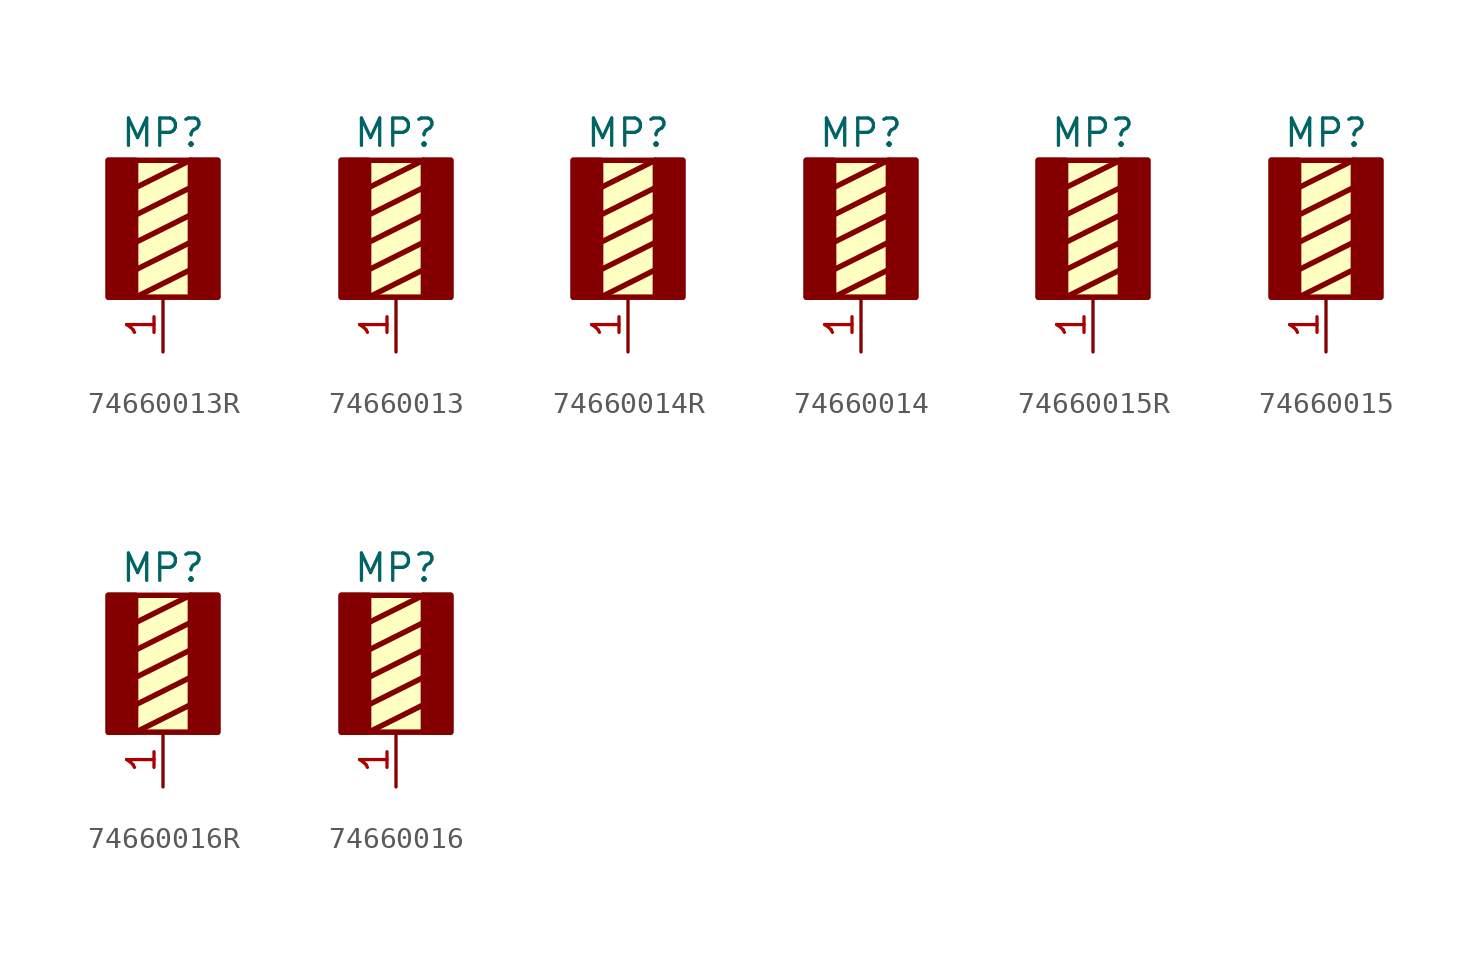
<source format=kicad_sym>
(kicad_symbol_lib
  (version 20220914)
  (generator kicad_symbol_editor)
  (symbol "74660013R"
    (pin_names hide)
    (property "Reference" "MP"
      (at 0 5.08 0)
      (effects (font (size 1.27 1.27))))
    (symbol "74660013R_0_0"
      (rectangle (start -2.54 3.81) (end 2.54 -2.54) (stroke (width 0.254) (type default)) (fill (type background)))
      (polyline (pts (xy -1.27 2.54) (xy 1.27 3.81)) (stroke (width 0.254) (type default)) (fill (type none)))
      (polyline (pts (xy 1.27 -1.27) (xy -1.27 -2.54)) (stroke (width 0.254) (type default)) (fill (type none)))
      (polyline (pts (xy 1.27 0) (xy -1.27 -1.27)) (stroke (width 0.254) (type default)) (fill (type none)))
      (polyline (pts (xy 1.27 1.27) (xy -1.27 0)) (stroke (width 0.254) (type default)) (fill (type none)))
      (polyline (pts (xy 1.27 2.54) (xy -1.27 1.27)) (stroke (width 0.254) (type default)) (fill (type none))))
    (symbol "74660013R_1_0"
      (rectangle (start -2.54 3.81) (end -1.27 -2.54) (stroke (width 0.254) (type default)) (fill (type outline)))
      (rectangle (start 1.27 3.81) (end 2.54 -2.54) (stroke (width 0.254) (type default)) (fill (type outline)))
      (pin passive line (at 0 -5.08 90) (length 2.54) (name "1" (effects (font (size 1.27 1.27)))) (number "1" (effects (font (size 1.27 1.27)))))))
  (symbol "74660013"
    (pin_names hide)
    (property "Reference" "MP"
      (at 0 5.08 0)
      (effects (font (size 1.27 1.27))))
    (symbol "74660013_0_0"
      (rectangle (start -2.54 3.81) (end 2.54 -2.54) (stroke (width 0.254) (type default)) (fill (type background)))
      (polyline (pts (xy -1.27 2.54) (xy 1.27 3.81)) (stroke (width 0.254) (type default)) (fill (type none)))
      (polyline (pts (xy 1.27 -1.27) (xy -1.27 -2.54)) (stroke (width 0.254) (type default)) (fill (type none)))
      (polyline (pts (xy 1.27 0) (xy -1.27 -1.27)) (stroke (width 0.254) (type default)) (fill (type none)))
      (polyline (pts (xy 1.27 1.27) (xy -1.27 0)) (stroke (width 0.254) (type default)) (fill (type none)))
      (polyline (pts (xy 1.27 2.54) (xy -1.27 1.27)) (stroke (width 0.254) (type default)) (fill (type none))))
    (symbol "74660013_1_0"
      (rectangle (start -2.54 3.81) (end -1.27 -2.54) (stroke (width 0.254) (type default)) (fill (type outline)))
      (rectangle (start 1.27 3.81) (end 2.54 -2.54) (stroke (width 0.254) (type default)) (fill (type outline)))
      (pin passive line (at 0 -5.08 90) (length 2.54) (name "1" (effects (font (size 1.27 1.27)))) (number "1" (effects (font (size 1.27 1.27)))))))
  (symbol "74660014R"
    (pin_names hide)
    (property "Reference" "MP"
      (at 0 5.08 0)
      (effects (font (size 1.27 1.27))))
    (symbol "74660014R_0_0"
      (rectangle (start -2.54 3.81) (end 2.54 -2.54) (stroke (width 0.254) (type default)) (fill (type background)))
      (polyline (pts (xy -1.27 2.54) (xy 1.27 3.81)) (stroke (width 0.254) (type default)) (fill (type none)))
      (polyline (pts (xy 1.27 -1.27) (xy -1.27 -2.54)) (stroke (width 0.254) (type default)) (fill (type none)))
      (polyline (pts (xy 1.27 0) (xy -1.27 -1.27)) (stroke (width 0.254) (type default)) (fill (type none)))
      (polyline (pts (xy 1.27 1.27) (xy -1.27 0)) (stroke (width 0.254) (type default)) (fill (type none)))
      (polyline (pts (xy 1.27 2.54) (xy -1.27 1.27)) (stroke (width 0.254) (type default)) (fill (type none))))
    (symbol "74660014R_1_0"
      (rectangle (start -2.54 3.81) (end -1.27 -2.54) (stroke (width 0.254) (type default)) (fill (type outline)))
      (rectangle (start 1.27 3.81) (end 2.54 -2.54) (stroke (width 0.254) (type default)) (fill (type outline)))
      (pin passive line (at 0 -5.08 90) (length 2.54) (name "1" (effects (font (size 1.27 1.27)))) (number "1" (effects (font (size 1.27 1.27)))))))
  (symbol "74660014"
    (pin_names hide)
    (property "Reference" "MP"
      (at 0 5.08 0)
      (effects (font (size 1.27 1.27))))
    (symbol "74660014_0_0"
      (rectangle (start -2.54 3.81) (end 2.54 -2.54) (stroke (width 0.254) (type default)) (fill (type background)))
      (polyline (pts (xy -1.27 2.54) (xy 1.27 3.81)) (stroke (width 0.254) (type default)) (fill (type none)))
      (polyline (pts (xy 1.27 -1.27) (xy -1.27 -2.54)) (stroke (width 0.254) (type default)) (fill (type none)))
      (polyline (pts (xy 1.27 0) (xy -1.27 -1.27)) (stroke (width 0.254) (type default)) (fill (type none)))
      (polyline (pts (xy 1.27 1.27) (xy -1.27 0)) (stroke (width 0.254) (type default)) (fill (type none)))
      (polyline (pts (xy 1.27 2.54) (xy -1.27 1.27)) (stroke (width 0.254) (type default)) (fill (type none))))
    (symbol "74660014_1_0"
      (rectangle (start -2.54 3.81) (end -1.27 -2.54) (stroke (width 0.254) (type default)) (fill (type outline)))
      (rectangle (start 1.27 3.81) (end 2.54 -2.54) (stroke (width 0.254) (type default)) (fill (type outline)))
      (pin passive line (at 0 -5.08 90) (length 2.54) (name "1" (effects (font (size 1.27 1.27)))) (number "1" (effects (font (size 1.27 1.27)))))))
  (symbol "74660015R"
    (pin_names hide)
    (property "Reference" "MP"
      (at 0 5.08 0)
      (effects (font (size 1.27 1.27))))
    (symbol "74660015R_0_0"
      (rectangle (start -2.54 3.81) (end 2.54 -2.54) (stroke (width 0.254) (type default)) (fill (type background)))
      (polyline (pts (xy -1.27 2.54) (xy 1.27 3.81)) (stroke (width 0.254) (type default)) (fill (type none)))
      (polyline (pts (xy 1.27 -1.27) (xy -1.27 -2.54)) (stroke (width 0.254) (type default)) (fill (type none)))
      (polyline (pts (xy 1.27 0) (xy -1.27 -1.27)) (stroke (width 0.254) (type default)) (fill (type none)))
      (polyline (pts (xy 1.27 1.27) (xy -1.27 0)) (stroke (width 0.254) (type default)) (fill (type none)))
      (polyline (pts (xy 1.27 2.54) (xy -1.27 1.27)) (stroke (width 0.254) (type default)) (fill (type none))))
    (symbol "74660015R_1_0"
      (rectangle (start -2.54 3.81) (end -1.27 -2.54) (stroke (width 0.254) (type default)) (fill (type outline)))
      (rectangle (start 1.27 3.81) (end 2.54 -2.54) (stroke (width 0.254) (type default)) (fill (type outline)))
      (pin passive line (at 0 -5.08 90) (length 2.54) (name "1" (effects (font (size 1.27 1.27)))) (number "1" (effects (font (size 1.27 1.27)))))))
  (symbol "74660015"
    (pin_names hide)
    (property "Reference" "MP"
      (at 0 5.08 0)
      (effects (font (size 1.27 1.27))))
    (symbol "74660015_0_0"
      (rectangle (start -2.54 3.81) (end 2.54 -2.54) (stroke (width 0.254) (type default)) (fill (type background)))
      (polyline (pts (xy -1.27 2.54) (xy 1.27 3.81)) (stroke (width 0.254) (type default)) (fill (type none)))
      (polyline (pts (xy 1.27 -1.27) (xy -1.27 -2.54)) (stroke (width 0.254) (type default)) (fill (type none)))
      (polyline (pts (xy 1.27 0) (xy -1.27 -1.27)) (stroke (width 0.254) (type default)) (fill (type none)))
      (polyline (pts (xy 1.27 1.27) (xy -1.27 0)) (stroke (width 0.254) (type default)) (fill (type none)))
      (polyline (pts (xy 1.27 2.54) (xy -1.27 1.27)) (stroke (width 0.254) (type default)) (fill (type none))))
    (symbol "74660015_1_0"
      (rectangle (start -2.54 3.81) (end -1.27 -2.54) (stroke (width 0.254) (type default)) (fill (type outline)))
      (rectangle (start 1.27 3.81) (end 2.54 -2.54) (stroke (width 0.254) (type default)) (fill (type outline)))
      (pin passive line (at 0 -5.08 90) (length 2.54) (name "1" (effects (font (size 1.27 1.27)))) (number "1" (effects (font (size 1.27 1.27)))))))
  (symbol "74660016R"
    (pin_names hide)
    (property "Reference" "MP"
      (at 0 5.08 0)
      (effects (font (size 1.27 1.27))))
    (symbol "74660016R_0_0"
      (rectangle (start -2.54 3.81) (end 2.54 -2.54) (stroke (width 0.254) (type default)) (fill (type background)))
      (polyline (pts (xy -1.27 2.54) (xy 1.27 3.81)) (stroke (width 0.254) (type default)) (fill (type none)))
      (polyline (pts (xy 1.27 -1.27) (xy -1.27 -2.54)) (stroke (width 0.254) (type default)) (fill (type none)))
      (polyline (pts (xy 1.27 0) (xy -1.27 -1.27)) (stroke (width 0.254) (type default)) (fill (type none)))
      (polyline (pts (xy 1.27 1.27) (xy -1.27 0)) (stroke (width 0.254) (type default)) (fill (type none)))
      (polyline (pts (xy 1.27 2.54) (xy -1.27 1.27)) (stroke (width 0.254) (type default)) (fill (type none))))
    (symbol "74660016R_1_0"
      (rectangle (start -2.54 3.81) (end -1.27 -2.54) (stroke (width 0.254) (type default)) (fill (type outline)))
      (rectangle (start 1.27 3.81) (end 2.54 -2.54) (stroke (width 0.254) (type default)) (fill (type outline)))
      (pin passive line (at 0 -5.08 90) (length 2.54) (name "1" (effects (font (size 1.27 1.27)))) (number "1" (effects (font (size 1.27 1.27)))))))
  (symbol "74660016"
    (pin_names hide)
    (property "Reference" "MP"
      (at 0 5.08 0)
      (effects (font (size 1.27 1.27))))
    (symbol "74660016_0_0"
      (rectangle (start -2.54 3.81) (end 2.54 -2.54) (stroke (width 0.254) (type default)) (fill (type background)))
      (polyline (pts (xy -1.27 2.54) (xy 1.27 3.81)) (stroke (width 0.254) (type default)) (fill (type none)))
      (polyline (pts (xy 1.27 -1.27) (xy -1.27 -2.54)) (stroke (width 0.254) (type default)) (fill (type none)))
      (polyline (pts (xy 1.27 0) (xy -1.27 -1.27)) (stroke (width 0.254) (type default)) (fill (type none)))
      (polyline (pts (xy 1.27 1.27) (xy -1.27 0)) (stroke (width 0.254) (type default)) (fill (type none)))
      (polyline (pts (xy 1.27 2.54) (xy -1.27 1.27)) (stroke (width 0.254) (type default)) (fill (type none))))
    (symbol "74660016_1_0"
      (rectangle (start -2.54 3.81) (end -1.27 -2.54) (stroke (width 0.254) (type default)) (fill (type outline)))
      (rectangle (start 1.27 3.81) (end 2.54 -2.54) (stroke (width 0.254) (type default)) (fill (type outline)))
      (pin passive line (at 0 -5.08 90) (length 2.54) (name "1" (effects (font (size 1.27 1.27)))) (number "1" (effects (font (size 1.27 1.27))))))))
</source>
